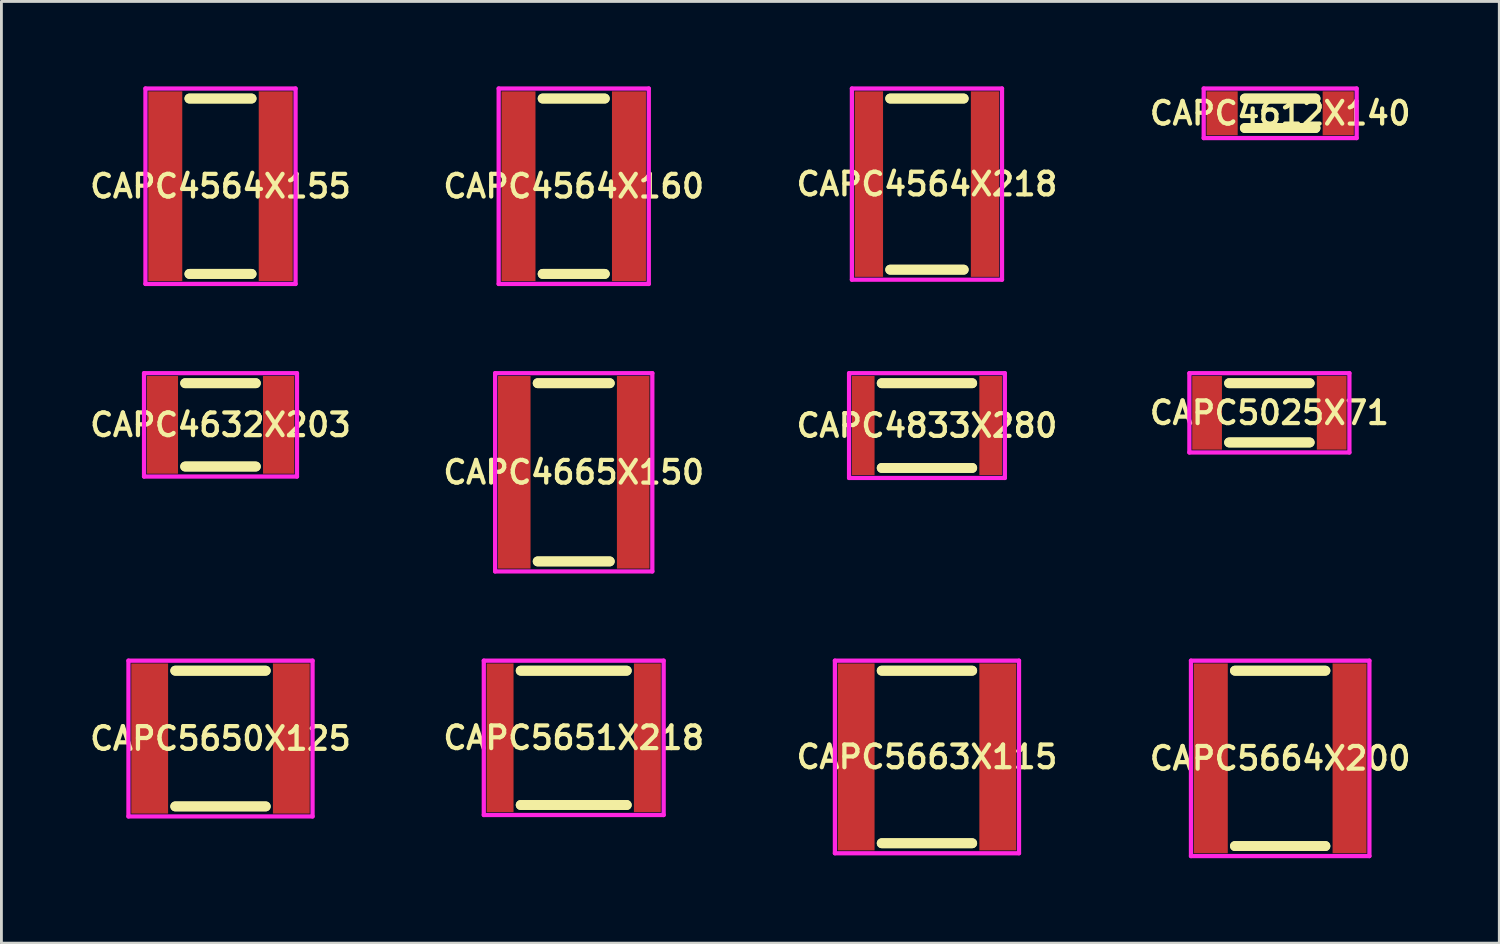
<source format=kicad_pcb>
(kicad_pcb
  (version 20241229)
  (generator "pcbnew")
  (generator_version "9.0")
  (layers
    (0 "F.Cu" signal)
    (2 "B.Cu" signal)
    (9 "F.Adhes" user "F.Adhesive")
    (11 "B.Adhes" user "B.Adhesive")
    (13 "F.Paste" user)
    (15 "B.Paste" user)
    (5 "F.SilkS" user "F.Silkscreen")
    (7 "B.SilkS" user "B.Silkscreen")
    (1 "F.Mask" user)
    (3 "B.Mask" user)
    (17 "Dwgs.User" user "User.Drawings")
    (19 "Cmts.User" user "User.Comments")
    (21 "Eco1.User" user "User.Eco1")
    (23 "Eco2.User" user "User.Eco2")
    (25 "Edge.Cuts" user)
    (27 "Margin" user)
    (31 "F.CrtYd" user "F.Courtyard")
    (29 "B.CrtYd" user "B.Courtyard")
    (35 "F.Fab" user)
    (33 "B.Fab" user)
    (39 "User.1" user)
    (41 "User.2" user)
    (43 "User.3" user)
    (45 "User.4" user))
  (footprint "CAPC4632X203"
    (layer "F.Cu")
    (at 4.735 11.95)
    (property "Reference" "CAPC4632X203" (at 0 0 0) (layer "F.SilkS") (effects (font (size 0.8 0.8) (thickness 0.15))))
    (attr smd)
    (fp_line (start -1.246 -1.471) (end 1.246 -1.471) (stroke (width 0.35) (type solid)) (layer "F.SilkS"))
    (fp_line (start -1.246 1.471) (end 1.246 1.471) (stroke (width 0.35) (type solid)) (layer "F.SilkS"))
    (fp_line (start 1.246 -1.471) (end -1.246 -1.471) (stroke (width 0.35) (type solid)) (layer "F.SilkS"))
    (fp_line (start 1.246 1.471) (end -1.246 1.471) (stroke (width 0.35) (type solid)) (layer "F.SilkS"))
    (fp_line (start -2.7 -1.825) (end 2.7 -1.825) (stroke (width 0.15) (type solid)) (layer "F.CrtYd"))
    (fp_line (start -2.7 1.825) (end -2.7 -1.825) (stroke (width 0.15) (type solid)) (layer "F.CrtYd"))
    (fp_line (start 2.7 -1.825) (end 2.7 1.825) (stroke (width 0.15) (type solid)) (layer "F.CrtYd"))
    (fp_line (start 2.7 1.825) (end -2.7 1.825) (stroke (width 0.15) (type solid)) (layer "F.CrtYd"))
    (pad "1" smd rect (at -2.05 0) (size 1.1 3.45) (layers "F.Cu" "F.Mask" "F.Paste"))
    (pad "2" smd rect (at 2.05 0) (size 1.1 3.45) (layers "F.Cu" "F.Mask" "F.Paste")))
  (footprint "CAPC4833X280"
    (layer "F.Cu")
    (at 29.677 11.975)
    (property "Reference" "CAPC4833X280" (at 0 0 0) (layer "F.SilkS") (effects (font (size 0.8 0.8) (thickness 0.15))))
    (attr through_hole)
    (fp_line (start -1.596 -1.496) (end 1.596 -1.496) (stroke (width 0.35) (type solid)) (layer "F.SilkS"))
    (fp_line (start -1.596 1.496) (end 1.596 1.496) (stroke (width 0.35) (type solid)) (layer "F.SilkS"))
    (fp_line (start 1.596 -1.496) (end -1.596 -1.496) (stroke (width 0.35) (type solid)) (layer "F.SilkS"))
    (fp_line (start 1.596 1.496) (end -1.596 1.496) (stroke (width 0.35) (type solid)) (layer "F.SilkS"))
    (fp_line (start -2.75 -1.85) (end 2.75 -1.85) (stroke (width 0.15) (type solid)) (layer "F.CrtYd"))
    (fp_line (start -2.75 1.85) (end -2.75 -1.85) (stroke (width 0.15) (type solid)) (layer "F.CrtYd"))
    (fp_line (start 2.75 -1.85) (end 2.75 1.85) (stroke (width 0.15) (type solid)) (layer "F.CrtYd"))
    (fp_line (start 2.75 1.85) (end -2.75 1.85) (stroke (width 0.15) (type solid)) (layer "F.CrtYd"))
    (pad "1" smd rect (at -2.25 0) (size 0.8 3.5) (layers "F.Cu" "F.Mask" "F.Paste"))
    (pad "2" smd rect (at 2.25 0) (size 0.8 3.5) (layers "F.Cu" "F.Mask" "F.Paste")))
  (footprint "CAPC4564X218"
    (layer "F.Cu")
    (at 29.677 3.45)
    (property "Reference" "CAPC4564X218" (at 0 0 0) (layer "F.SilkS") (effects (font (size 0.8 0.8) (thickness 0.15))))
    (attr through_hole)
    (fp_line (start -1.296 -3.021) (end 1.296 -3.021) (stroke (width 0.35) (type solid)) (layer "F.SilkS"))
    (fp_line (start -1.296 3.021) (end 1.296 3.021) (stroke (width 0.35) (type solid)) (layer "F.SilkS"))
    (fp_line (start 1.296 -3.021) (end -1.296 -3.021) (stroke (width 0.35) (type solid)) (layer "F.SilkS"))
    (fp_line (start 1.296 3.021) (end -1.296 3.021) (stroke (width 0.35) (type solid)) (layer "F.SilkS"))
    (fp_line (start -2.65 -3.375) (end 2.65 -3.375) (stroke (width 0.15) (type solid)) (layer "F.CrtYd"))
    (fp_line (start -2.65 3.375) (end -2.65 -3.375) (stroke (width 0.15) (type solid)) (layer "F.CrtYd"))
    (fp_line (start 2.65 -3.375) (end 2.65 3.375) (stroke (width 0.15) (type solid)) (layer "F.CrtYd"))
    (fp_line (start 2.65 3.375) (end -2.65 3.375) (stroke (width 0.15) (type solid)) (layer "F.CrtYd"))
    (pad "1" smd rect (at -2.05 0) (size 1 6.55) (layers "F.Cu" "F.Mask" "F.Paste"))
    (pad "2" smd rect (at 2.05 0) (size 1 6.55) (layers "F.Cu" "F.Mask" "F.Paste")))
  (footprint "CAPC5025X71"
    (layer "F.Cu")
    (at 41.767 11.525)
    (property "Reference" "CAPC5025X71" (at 0 0 0) (layer "F.SilkS") (effects (font (size 0.8 0.8) (thickness 0.15))))
    (attr smd)
    (fp_line (start -1.421 -1.046) (end 1.421 -1.046) (stroke (width 0.35) (type solid)) (layer "F.SilkS"))
    (fp_line (start -1.421 1.046) (end 1.421 1.046) (stroke (width 0.35) (type solid)) (layer "F.SilkS"))
    (fp_line (start 1.421 -1.046) (end -1.421 -1.046) (stroke (width 0.35) (type solid)) (layer "F.SilkS"))
    (fp_line (start 1.421 1.046) (end -1.421 1.046) (stroke (width 0.35) (type solid)) (layer "F.SilkS"))
    (fp_line (start -2.825 -1.4) (end 2.825 -1.4) (stroke (width 0.15) (type solid)) (layer "F.CrtYd"))
    (fp_line (start -2.825 1.4) (end -2.825 -1.4) (stroke (width 0.15) (type solid)) (layer "F.CrtYd"))
    (fp_line (start 2.825 -1.4) (end 2.825 1.4) (stroke (width 0.15) (type solid)) (layer "F.CrtYd"))
    (fp_line (start 2.825 1.4) (end -2.825 1.4) (stroke (width 0.15) (type solid)) (layer "F.CrtYd"))
    (pad "1" smd rect (at -2.2 0) (size 1.05 2.6) (layers "F.Cu" "F.Mask" "F.Paste"))
    (pad "2" smd rect (at 2.2 0) (size 1.05 2.6) (layers "F.Cu" "F.Mask" "F.Paste")))
  (footprint "CAPC4564X160"
    (layer "F.Cu")
    (at 17.206 3.525)
    (property "Reference" "CAPC4564X160" (at 0 0 0) (layer "F.SilkS") (effects (font (size 0.8 0.8) (thickness 0.15))))
    (attr through_hole)
    (fp_line (start -1.096 -3.096) (end 1.096 -3.096) (stroke (width 0.35) (type solid)) (layer "F.SilkS"))
    (fp_line (start -1.096 3.096) (end 1.096 3.096) (stroke (width 0.35) (type solid)) (layer "F.SilkS"))
    (fp_line (start 1.096 -3.096) (end -1.096 -3.096) (stroke (width 0.35) (type solid)) (layer "F.SilkS"))
    (fp_line (start 1.096 3.096) (end -1.096 3.096) (stroke (width 0.35) (type solid)) (layer "F.SilkS"))
    (fp_line (start -2.65 -3.45) (end 2.65 -3.45) (stroke (width 0.15) (type solid)) (layer "F.CrtYd"))
    (fp_line (start -2.65 3.45) (end -2.65 -3.45) (stroke (width 0.15) (type solid)) (layer "F.CrtYd"))
    (fp_line (start 2.65 -3.45) (end 2.65 3.45) (stroke (width 0.15) (type solid)) (layer "F.CrtYd"))
    (fp_line (start 2.65 3.45) (end -2.65 3.45) (stroke (width 0.15) (type solid)) (layer "F.CrtYd"))
    (pad "1" smd rect (at -1.95 0) (size 1.2 6.7) (layers "F.Cu" "F.Mask" "F.Paste"))
    (pad "2" smd rect (at 1.95 0) (size 1.2 6.7) (layers "F.Cu" "F.Mask" "F.Paste")))
  (footprint "CAPC5651X218"
    (layer "F.Cu")
    (at 17.206 23)
    (property "Reference" "CAPC5651X218" (at 0 0 0) (layer "F.SilkS") (effects (font (size 0.8 0.8) (thickness 0.15))))
    (attr smd)
    (fp_line (start -1.871 -2.371) (end 1.871 -2.371) (stroke (width 0.35) (type solid)) (layer "F.SilkS"))
    (fp_line (start -1.871 2.371) (end 1.871 2.371) (stroke (width 0.35) (type solid)) (layer "F.SilkS"))
    (fp_line (start 1.871 -2.371) (end -1.871 -2.371) (stroke (width 0.35) (type solid)) (layer "F.SilkS"))
    (fp_line (start 1.871 2.371) (end -1.871 2.371) (stroke (width 0.35) (type solid)) (layer "F.SilkS"))
    (fp_line (start -3.175 -2.725) (end 3.175 -2.725) (stroke (width 0.15) (type solid)) (layer "F.CrtYd"))
    (fp_line (start -3.175 2.725) (end -3.175 -2.725) (stroke (width 0.15) (type solid)) (layer "F.CrtYd"))
    (fp_line (start 3.175 -2.725) (end 3.175 2.725) (stroke (width 0.15) (type solid)) (layer "F.CrtYd"))
    (fp_line (start 3.175 2.725) (end -3.175 2.725) (stroke (width 0.15) (type solid)) (layer "F.CrtYd"))
    (pad "1" smd rect (at -2.6 0) (size 0.95 5.25) (layers "F.Cu" "F.Mask" "F.Paste"))
    (pad "2" smd rect (at 2.6 0) (size 0.95 5.25) (layers "F.Cu" "F.Mask" "F.Paste")))
  (footprint "CAPC5664X200"
    (layer "F.Cu")
    (at 42.148 23.725)
    (property "Reference" "CAPC5664X200" (at 0 0 0) (layer "F.SilkS") (effects (font (size 0.8 0.8) (thickness 0.15))))
    (attr smd)
    (fp_line (start -1.596 -3.096) (end 1.596 -3.096) (stroke (width 0.35) (type solid)) (layer "F.SilkS"))
    (fp_line (start -1.596 3.096) (end 1.596 3.096) (stroke (width 0.35) (type solid)) (layer "F.SilkS"))
    (fp_line (start 1.596 -3.096) (end -1.596 -3.096) (stroke (width 0.35) (type solid)) (layer "F.SilkS"))
    (fp_line (start 1.596 3.096) (end -1.596 3.096) (stroke (width 0.35) (type solid)) (layer "F.SilkS"))
    (fp_line (start -3.15 -3.45) (end 3.15 -3.45) (stroke (width 0.15) (type solid)) (layer "F.CrtYd"))
    (fp_line (start -3.15 3.45) (end -3.15 -3.45) (stroke (width 0.15) (type solid)) (layer "F.CrtYd"))
    (fp_line (start 3.15 -3.45) (end 3.15 3.45) (stroke (width 0.15) (type solid)) (layer "F.CrtYd"))
    (fp_line (start 3.15 3.45) (end -3.15 3.45) (stroke (width 0.15) (type solid)) (layer "F.CrtYd"))
    (pad "1" smd rect (at -2.45 0) (size 1.2 6.7) (layers "F.Cu" "F.Mask" "F.Paste"))
    (pad "2" smd rect (at 2.45 0) (size 1.2 6.7) (layers "F.Cu" "F.Mask" "F.Paste")))
  (footprint "CAPC5663X115"
    (layer "F.Cu")
    (at 29.677 23.675)
    (property "Reference" "CAPC5663X115" (at 0 0 0) (layer "F.SilkS") (effects (font (size 0.8 0.8) (thickness 0.15))))
    (attr smd)
    (fp_line (start -1.596 -3.046) (end 1.596 -3.046) (stroke (width 0.35) (type solid)) (layer "F.SilkS"))
    (fp_line (start -1.596 3.046) (end 1.596 3.046) (stroke (width 0.35) (type solid)) (layer "F.SilkS"))
    (fp_line (start 1.596 -3.046) (end -1.596 -3.046) (stroke (width 0.35) (type solid)) (layer "F.SilkS"))
    (fp_line (start 1.596 3.046) (end -1.596 3.046) (stroke (width 0.35) (type solid)) (layer "F.SilkS"))
    (fp_line (start -3.25 -3.4) (end 3.25 -3.4) (stroke (width 0.15) (type solid)) (layer "F.CrtYd"))
    (fp_line (start -3.25 3.4) (end -3.25 -3.4) (stroke (width 0.15) (type solid)) (layer "F.CrtYd"))
    (fp_line (start 3.25 -3.4) (end 3.25 3.4) (stroke (width 0.15) (type solid)) (layer "F.CrtYd"))
    (fp_line (start 3.25 3.4) (end -3.25 3.4) (stroke (width 0.15) (type solid)) (layer "F.CrtYd"))
    (pad "1" smd rect (at -2.5 0) (size 1.3 6.6) (layers "F.Cu" "F.Mask" "F.Paste"))
    (pad "2" smd rect (at 2.5 0) (size 1.3 6.6) (layers "F.Cu" "F.Mask" "F.Paste")))
  (footprint "CAPC4564X155"
    (layer "F.Cu")
    (at 4.735 3.525)
    (property "Reference" "CAPC4564X155" (at 0 0 0) (layer "F.SilkS") (effects (font (size 0.8 0.8) (thickness 0.15))))
    (attr through_hole)
    (fp_line (start -1.096 -3.096) (end 1.096 -3.096) (stroke (width 0.35) (type solid)) (layer "F.SilkS"))
    (fp_line (start -1.096 3.096) (end 1.096 3.096) (stroke (width 0.35) (type solid)) (layer "F.SilkS"))
    (fp_line (start 1.096 -3.096) (end -1.096 -3.096) (stroke (width 0.35) (type solid)) (layer "F.SilkS"))
    (fp_line (start 1.096 3.096) (end -1.096 3.096) (stroke (width 0.35) (type solid)) (layer "F.SilkS"))
    (fp_line (start -2.65 -3.45) (end 2.65 -3.45) (stroke (width 0.15) (type solid)) (layer "F.CrtYd"))
    (fp_line (start -2.65 3.45) (end -2.65 -3.45) (stroke (width 0.15) (type solid)) (layer "F.CrtYd"))
    (fp_line (start 2.65 -3.45) (end 2.65 3.45) (stroke (width 0.15) (type solid)) (layer "F.CrtYd"))
    (fp_line (start 2.65 3.45) (end -2.65 3.45) (stroke (width 0.15) (type solid)) (layer "F.CrtYd"))
    (pad "1" smd rect (at -1.95 0) (size 1.2 6.7) (layers "F.Cu" "F.Mask" "F.Paste"))
    (pad "2" smd rect (at 1.95 0) (size 1.2 6.7) (layers "F.Cu" "F.Mask" "F.Paste")))
  (footprint "CAPC4665X150"
    (layer "F.Cu")
    (at 17.206 13.625)
    (property "Reference" "CAPC4665X150" (at 0 0 0) (layer "F.SilkS") (effects (font (size 0.8 0.8) (thickness 0.15))))
    (attr smd)
    (fp_line (start -1.271 -3.146) (end 1.271 -3.146) (stroke (width 0.35) (type solid)) (layer "F.SilkS"))
    (fp_line (start -1.271 3.146) (end 1.271 3.146) (stroke (width 0.35) (type solid)) (layer "F.SilkS"))
    (fp_line (start 1.271 -3.146) (end -1.271 -3.146) (stroke (width 0.35) (type solid)) (layer "F.SilkS"))
    (fp_line (start 1.271 3.146) (end -1.271 3.146) (stroke (width 0.35) (type solid)) (layer "F.SilkS"))
    (fp_line (start -2.775 -3.5) (end 2.775 -3.5) (stroke (width 0.15) (type solid)) (layer "F.CrtYd"))
    (fp_line (start -2.775 3.5) (end -2.775 -3.5) (stroke (width 0.15) (type solid)) (layer "F.CrtYd"))
    (fp_line (start 2.775 -3.5) (end 2.775 3.5) (stroke (width 0.15) (type solid)) (layer "F.CrtYd"))
    (fp_line (start 2.775 3.5) (end -2.775 3.5) (stroke (width 0.15) (type solid)) (layer "F.CrtYd"))
    (pad "1" smd rect (at -2.1 0) (size 1.15 6.8) (layers "F.Cu" "F.Mask" "F.Paste"))
    (pad "2" smd rect (at 2.1 0) (size 1.15 6.8) (layers "F.Cu" "F.Mask" "F.Paste")))
  (footprint "CAPC5650X125"
    (layer "F.Cu")
    (at 4.735 23.025)
    (property "Reference" "CAPC5650X125" (at 0 0 0) (layer "F.SilkS") (effects (font (size 0.8 0.8) (thickness 0.15))))
    (attr through_hole)
    (fp_line (start -1.596 -2.396) (end 1.596 -2.396) (stroke (width 0.35) (type solid)) (layer "F.SilkS"))
    (fp_line (start -1.596 2.396) (end 1.596 2.396) (stroke (width 0.35) (type solid)) (layer "F.SilkS"))
    (fp_line (start 1.596 -2.396) (end -1.596 -2.396) (stroke (width 0.35) (type solid)) (layer "F.SilkS"))
    (fp_line (start 1.596 2.396) (end -1.596 2.396) (stroke (width 0.35) (type solid)) (layer "F.SilkS"))
    (fp_line (start -3.25 -2.75) (end 3.25 -2.75) (stroke (width 0.15) (type solid)) (layer "F.CrtYd"))
    (fp_line (start -3.25 2.75) (end -3.25 -2.75) (stroke (width 0.15) (type solid)) (layer "F.CrtYd"))
    (fp_line (start 3.25 -2.75) (end 3.25 2.75) (stroke (width 0.15) (type solid)) (layer "F.CrtYd"))
    (fp_line (start 3.25 2.75) (end -3.25 2.75) (stroke (width 0.15) (type solid)) (layer "F.CrtYd"))
    (pad "1" smd rect (at -2.5 0) (size 1.3 5.3) (layers "F.Cu" "F.Mask" "F.Paste"))
    (pad "2" smd rect (at 2.5 0) (size 1.3 5.3) (layers "F.Cu" "F.Mask" "F.Paste")))
  (footprint "CAPC4612X140"
    (layer "F.Cu")
    (at 42.148 0.95)
    (property "Reference" "CAPC4612X140" (at 0 0 0) (layer "F.SilkS") (effects (font (size 0.8 0.8) (thickness 0.15))))
    (attr smd)
    (fp_line (start -1.246 -0.521) (end 1.246 -0.521) (stroke (width 0.35) (type solid)) (layer "F.SilkS"))
    (fp_line (start -1.246 0.521) (end 1.246 0.521) (stroke (width 0.35) (type solid)) (layer "F.SilkS"))
    (fp_line (start 1.246 -0.521) (end -1.246 -0.521) (stroke (width 0.35) (type solid)) (layer "F.SilkS"))
    (fp_line (start 1.246 0.521) (end -1.246 0.521) (stroke (width 0.35) (type solid)) (layer "F.SilkS"))
    (fp_line (start -2.7 -0.875) (end 2.7 -0.875) (stroke (width 0.15) (type solid)) (layer "F.CrtYd"))
    (fp_line (start -2.7 0.875) (end -2.7 -0.875) (stroke (width 0.15) (type solid)) (layer "F.CrtYd"))
    (fp_line (start 2.7 -0.875) (end 2.7 0.875) (stroke (width 0.15) (type solid)) (layer "F.CrtYd"))
    (fp_line (start 2.7 0.875) (end -2.7 0.875) (stroke (width 0.15) (type solid)) (layer "F.CrtYd"))
    (pad "1" smd rect (at -2.05 0) (size 1.1 1.55) (layers "F.Cu" "F.Mask" "F.Paste"))
    (pad "2" smd rect (at 2.05 0) (size 1.1 1.55) (layers "F.Cu" "F.Mask" "F.Paste")))
  (gr_rect
    (start -3 -3)
    (end 49.884 30.25)
    (stroke (width 0.1) (type default))
    (fill no)
    (layer "Edge.Cuts")))
</source>
